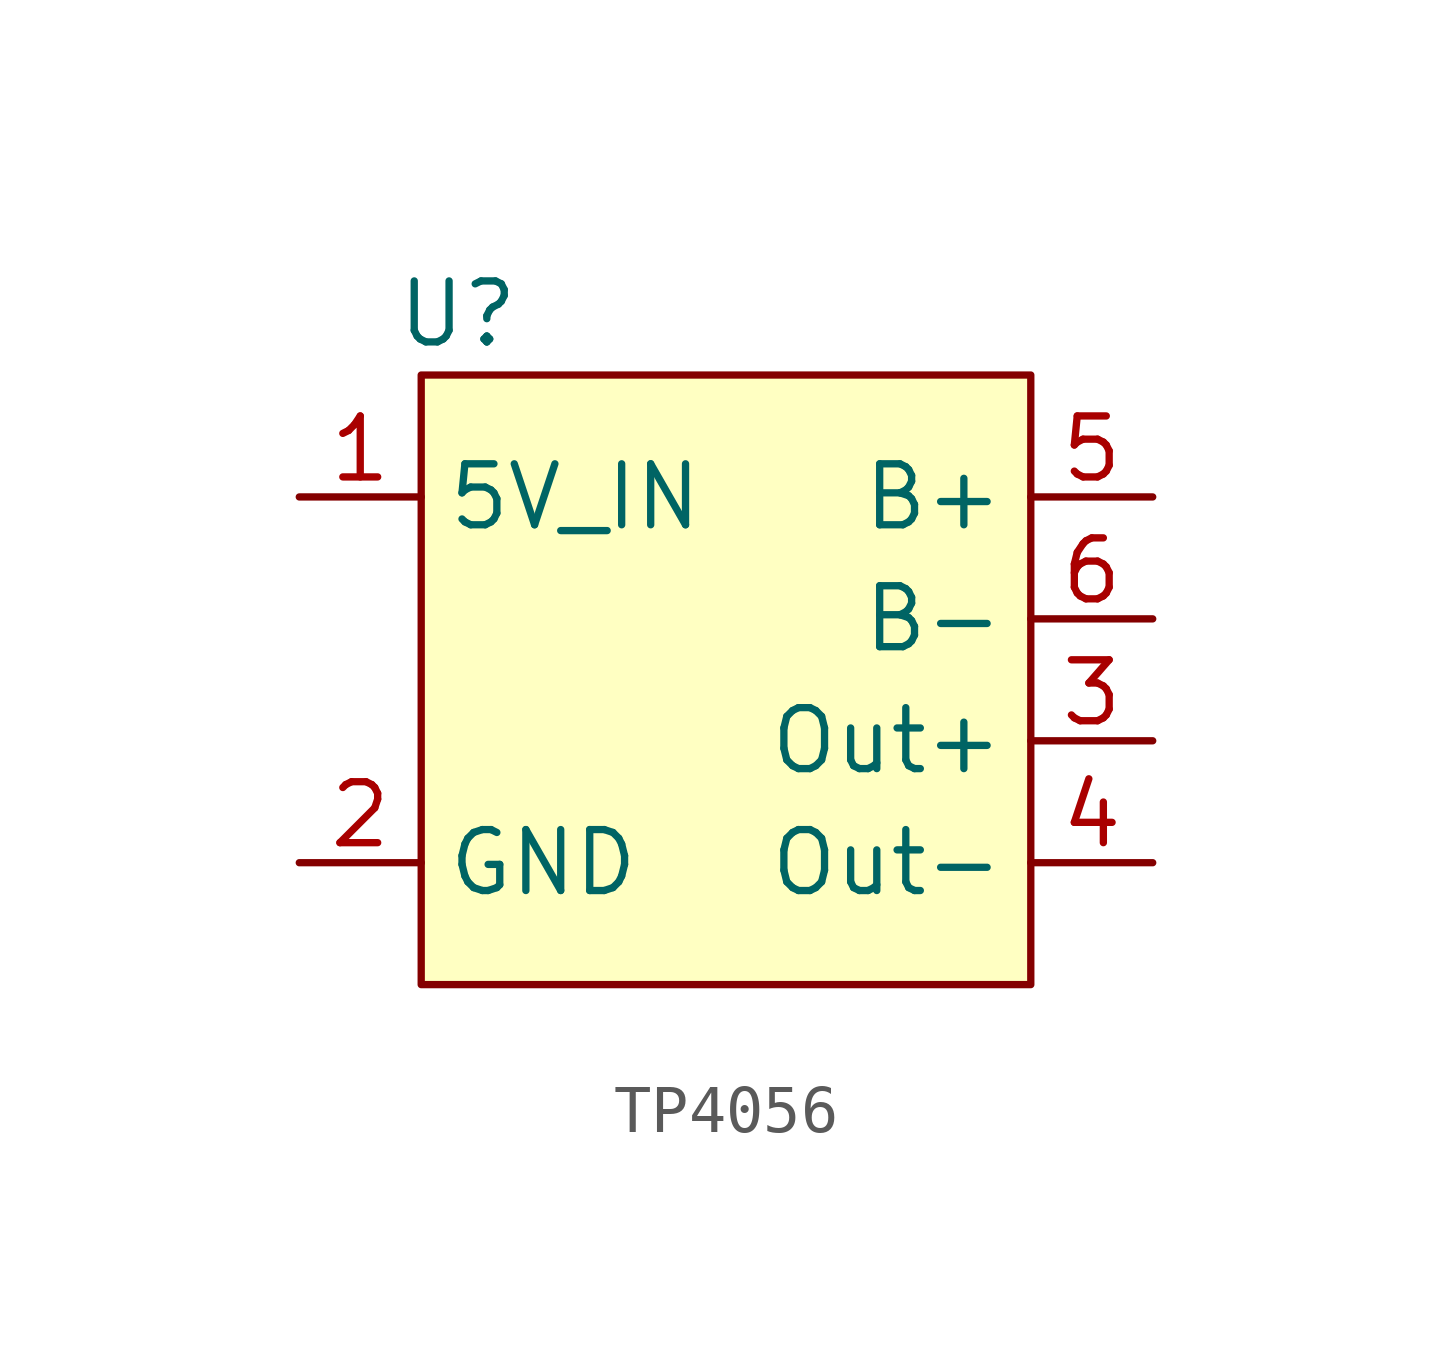
<source format=kicad_sym>
(kicad_symbol_lib
  (version 20231120)
  (generator "kicad_symbol_editor")
  (generator_version "8.0")
  (symbol "TP4056"
    (property "Reference" "U"
      (at 0.762 13.97 0)
      (effects (font (size 1.27 1.27))))
    (property "Value" ""
      (at 0 0 0)
      (effects (font (size 1.27 1.27))))
    (symbol "TP4056_1_1"
      (rectangle (start 0 12.7) (end 12.7 0) (stroke (width 0) (type default)) (fill (type background)))
      (pin power_in line (at -2.54 10.16 0) (length 2.54) (name "5V_IN" (effects (font (size 1.27 1.27)))) (number "1" (effects (font (size 1.27 1.27)))))
      (pin power_in line (at -2.54 2.54 0) (length 2.54) (name "GND" (effects (font (size 1.27 1.27)))) (number "2" (effects (font (size 1.27 1.27)))))
      (pin power_out line (at 15.24 5.08 180) (length 2.54) (name "Out+" (effects (font (size 1.27 1.27)))) (number "3" (effects (font (size 1.27 1.27)))))
      (pin power_out line (at 15.24 2.54 180) (length 2.54) (name "Out-" (effects (font (size 1.27 1.27)))) (number "4" (effects (font (size 1.27 1.27)))))
      (pin power_in line (at 15.24 10.16 180) (length 2.54) (name "B+" (effects (font (size 1.27 1.27)))) (number "5" (effects (font (size 1.27 1.27)))))
      (pin power_in line (at 15.24 7.62 180) (length 2.54) (name "B-" (effects (font (size 1.27 1.27)))) (number "6" (effects (font (size 1.27 1.27))))))))
</source>
